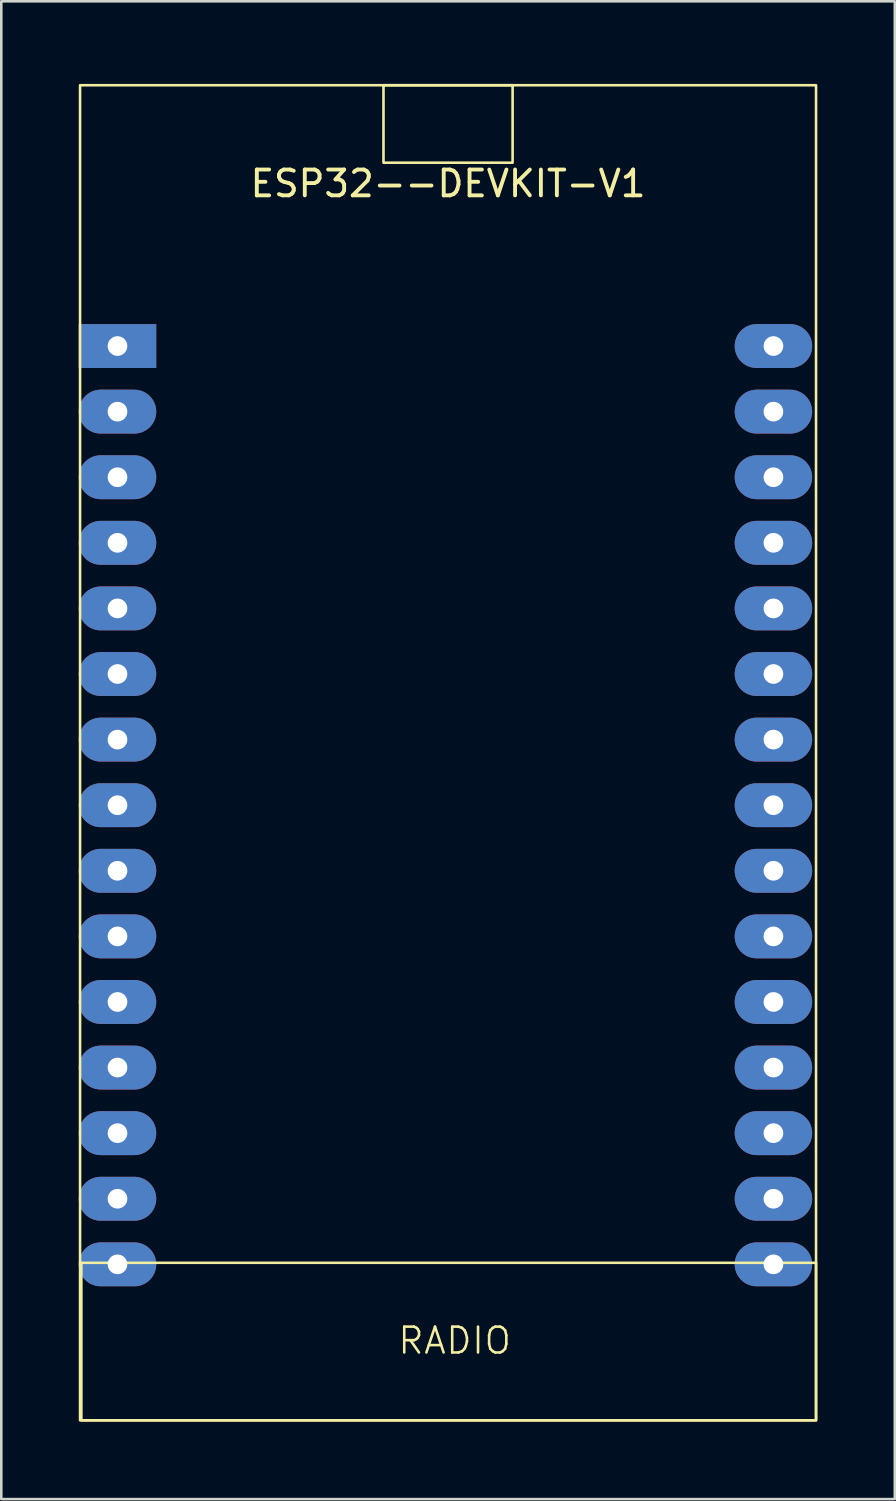
<source format=kicad_pcb>
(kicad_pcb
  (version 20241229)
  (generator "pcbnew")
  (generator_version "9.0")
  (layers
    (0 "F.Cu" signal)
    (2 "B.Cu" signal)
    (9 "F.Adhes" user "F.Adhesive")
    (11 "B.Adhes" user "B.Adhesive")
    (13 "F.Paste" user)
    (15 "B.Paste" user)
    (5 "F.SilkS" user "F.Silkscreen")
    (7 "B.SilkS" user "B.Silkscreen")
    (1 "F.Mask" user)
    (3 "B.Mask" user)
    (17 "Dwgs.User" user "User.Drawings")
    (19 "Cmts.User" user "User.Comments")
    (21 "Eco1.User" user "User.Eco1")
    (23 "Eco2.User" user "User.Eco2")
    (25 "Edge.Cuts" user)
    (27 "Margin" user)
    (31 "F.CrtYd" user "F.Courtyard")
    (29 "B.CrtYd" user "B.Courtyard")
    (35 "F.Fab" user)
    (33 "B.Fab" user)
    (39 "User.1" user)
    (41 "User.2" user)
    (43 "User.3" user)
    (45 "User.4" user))
  (footprint "ESP32--DEVKIT-V1"
    (layer "F.Cu")
    (at 14.3 0.25)
    (property "Reference" "ESP32--DEVKIT-V1" (at 0 3.81 0) (layer "F.SilkS") (effects (font (size 1 1) (thickness 0.15))))
    (attr through_hole)
    (fp_rect (start -14.25 0) (end 14.25 51.7) (stroke (width 0.1) (type default)) (fill no) (layer "F.SilkS"))
    (fp_rect (start -14.2 45.6) (end 14.25 51.7) (stroke (width 0.1) (type default)) (fill no) (layer "F.SilkS"))
    (fp_rect (start -2.5 0) (end 2.5 3) (stroke (width 0.1) (type default)) (fill no) (layer "F.SilkS"))
    (fp_text user "RADIO" (at -2 49.2 0) (unlocked yes) (layer "F.SilkS") (effects (font (size 1 1) (thickness 0.1)) (justify left bottom)))
    (pad "1" thru_hole rect (at -12.8 10.1) (size 3 1.7) (drill 0.762) (layers "*.Cu" "*.Mask"))
    (pad "2" thru_hole oval (at -12.8 12.64) (size 3 1.7) (drill 0.762) (layers "*.Cu" "*.Mask"))
    (pad "3" thru_hole oval (at -12.8 15.18) (size 3 1.7) (drill 0.762) (layers "*.Cu" "*.Mask"))
    (pad "4" thru_hole oval (at -12.8 17.72) (size 3 1.7) (drill 0.762) (layers "*.Cu" "*.Mask"))
    (pad "5" thru_hole oval (at -12.8 20.26) (size 3 1.7) (drill 0.762) (layers "*.Cu" "*.Mask"))
    (pad "6" thru_hole oval (at -12.8 22.8) (size 3 1.7) (drill 0.762) (layers "*.Cu" "*.Mask"))
    (pad "7" thru_hole oval (at -12.8 25.34) (size 3 1.7) (drill 0.762) (layers "*.Cu" "*.Mask"))
    (pad "8" thru_hole oval (at -12.8 27.88) (size 3 1.7) (drill 0.762) (layers "*.Cu" "*.Mask"))
    (pad "9" thru_hole oval (at -12.8 30.42) (size 3 1.7) (drill 0.762) (layers "*.Cu" "*.Mask"))
    (pad "10" thru_hole oval (at -12.8 32.96) (size 3 1.7) (drill 0.762) (layers "*.Cu" "*.Mask"))
    (pad "11" thru_hole oval (at -12.8 35.5) (size 3 1.7) (drill 0.762) (layers "*.Cu" "*.Mask"))
    (pad "12" thru_hole oval (at -12.8 38.04) (size 3 1.7) (drill 0.762) (layers "*.Cu" "*.Mask"))
    (pad "13" thru_hole oval (at -12.8 40.58) (size 3 1.7) (drill 0.762) (layers "*.Cu" "*.Mask"))
    (pad "14" thru_hole oval (at -12.8 43.12) (size 3 1.7) (drill 0.762) (layers "*.Cu" "*.Mask"))
    (pad "15" thru_hole oval (at -12.8 45.66) (size 3 1.7) (drill 0.762) (layers "*.Cu" "*.Mask"))
    (pad "16" thru_hole oval (at 12.6 45.66) (size 3 1.7) (drill 0.762) (layers "*.Cu" "*.Mask"))
    (pad "17" thru_hole oval (at 12.6 43.12) (size 3 1.7) (drill 0.762) (layers "*.Cu" "*.Mask"))
    (pad "18" thru_hole oval (at 12.6 40.58) (size 3 1.7) (drill 0.762) (layers "*.Cu" "*.Mask"))
    (pad "19" thru_hole oval (at 12.6 38.04) (size 3 1.7) (drill 0.762) (layers "*.Cu" "*.Mask"))
    (pad "20" thru_hole oval (at 12.6 35.5) (size 3 1.7) (drill 0.762) (layers "*.Cu" "*.Mask"))
    (pad "21" thru_hole oval (at 12.6 32.96) (size 3 1.7) (drill 0.762) (layers "*.Cu" "*.Mask"))
    (pad "22" thru_hole oval (at 12.6 30.42) (size 3 1.7) (drill 0.762) (layers "*.Cu" "*.Mask"))
    (pad "23" thru_hole oval (at 12.6 27.88) (size 3 1.7) (drill 0.762) (layers "*.Cu" "*.Mask"))
    (pad "24" thru_hole oval (at 12.6 25.34) (size 3 1.7) (drill 0.762) (layers "*.Cu" "*.Mask"))
    (pad "25" thru_hole oval (at 12.6 22.8) (size 3 1.7) (drill 0.762) (layers "*.Cu" "*.Mask"))
    (pad "26" thru_hole oval (at 12.6 20.26) (size 3 1.7) (drill 0.762) (layers "*.Cu" "*.Mask"))
    (pad "27" thru_hole oval (at 12.6 17.72) (size 3 1.7) (drill 0.762) (layers "*.Cu" "*.Mask"))
    (pad "28" thru_hole oval (at 12.6 15.18) (size 3 1.7) (drill 0.762) (layers "*.Cu" "*.Mask"))
    (pad "29" thru_hole oval (at 12.6 12.64) (size 3 1.7) (drill 0.762) (layers "*.Cu" "*.Mask"))
    (pad "30" thru_hole oval (at 12.6 10.1) (size 3 1.7) (drill 0.762) (layers "*.Cu" "*.Mask")))
  (gr_rect
    (start -3 -3)
    (end 31.6 55)
    (stroke (width 0.1) (type default))
    (fill no)
    (layer "Edge.Cuts")))
</source>
